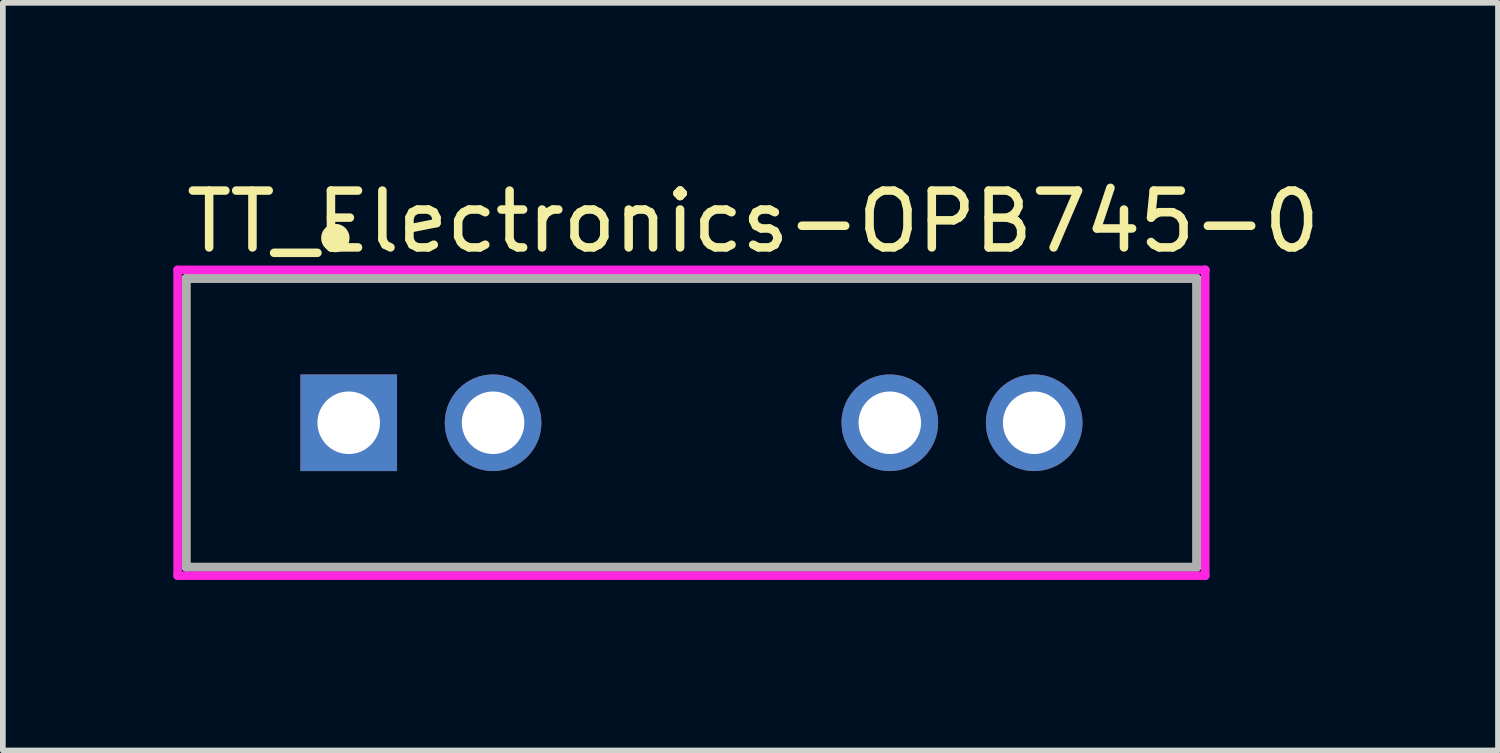
<source format=kicad_pcb>
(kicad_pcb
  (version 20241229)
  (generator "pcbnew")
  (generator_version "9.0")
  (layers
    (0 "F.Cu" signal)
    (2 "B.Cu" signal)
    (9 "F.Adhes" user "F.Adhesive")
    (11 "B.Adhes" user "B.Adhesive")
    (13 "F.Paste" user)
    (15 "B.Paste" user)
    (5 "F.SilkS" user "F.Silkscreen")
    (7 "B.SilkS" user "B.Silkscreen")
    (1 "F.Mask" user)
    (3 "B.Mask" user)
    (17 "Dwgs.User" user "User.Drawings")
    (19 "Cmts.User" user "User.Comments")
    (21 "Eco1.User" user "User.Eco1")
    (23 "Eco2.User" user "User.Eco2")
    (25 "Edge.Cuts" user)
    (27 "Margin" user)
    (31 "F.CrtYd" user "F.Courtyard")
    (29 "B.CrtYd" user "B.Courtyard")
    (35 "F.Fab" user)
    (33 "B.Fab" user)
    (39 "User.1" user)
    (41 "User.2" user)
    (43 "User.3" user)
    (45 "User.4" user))
  (footprint "TT_Electronics-OPB745-0"
    (layer "F.Cu")
    (at 9.115 4.388)
    (property "Reference" "TT_Electronics-OPB745-0" (at -8.965 -3.54 0) (layer "F.SilkS") (effects (font (size 1 1) (thickness 0.15)) (justify left)))
    (attr through_hole)
    (fp_line (start -8.89 -2.54) (end 8.89 -2.54) (stroke (width 0.15) (type solid)) (layer "F.SilkS"))
    (fp_line (start -8.89 2.54) (end -8.89 -2.54) (stroke (width 0.15) (type solid)) (layer "F.SilkS"))
    (fp_line (start 8.89 -2.54) (end 8.89 2.54) (stroke (width 0.15) (type solid)) (layer "F.SilkS"))
    (fp_line (start 8.89 2.54) (end -8.89 2.54) (stroke (width 0.15) (type solid)) (layer "F.SilkS"))
    (fp_circle (center -6.265 -3.25) (end -6.14 -3.25) (stroke (width 0.25) (type solid)) (fill no) (layer "F.SilkS"))
    (fp_line (start -9.04 -2.69) (end -9.04 2.69) (stroke (width 0.15) (type solid)) (layer "F.CrtYd"))
    (fp_line (start -9.04 2.69) (end 9.04 2.69) (stroke (width 0.15) (type solid)) (layer "F.CrtYd"))
    (fp_line (start 9.04 -2.69) (end -9.04 -2.69) (stroke (width 0.15) (type solid)) (layer "F.CrtYd"))
    (fp_line (start 9.04 -2.69) (end 9.04 -2.69) (stroke (width 0.15) (type solid)) (layer "F.CrtYd"))
    (fp_line (start 9.04 2.69) (end 9.04 -2.69) (stroke (width 0.15) (type solid)) (layer "F.CrtYd"))
    (fp_line (start -8.89 -2.54) (end 8.89 -2.54) (stroke (width 0.15) (type solid)) (layer "F.Fab"))
    (fp_line (start -8.89 2.54) (end -8.89 -2.54) (stroke (width 0.15) (type solid)) (layer "F.Fab"))
    (fp_line (start 8.89 -2.54) (end 8.89 2.54) (stroke (width 0.15) (type solid)) (layer "F.Fab"))
    (fp_line (start 8.89 2.54) (end -8.89 2.54) (stroke (width 0.15) (type solid)) (layer "F.Fab"))
    (pad "1" thru_hole rect (at -6.03 0) (size 1.7 1.7) (drill 1.1) (layers "*.Cu"))
    (pad "2" thru_hole circle (at -3.49 0) (size 1.7 1.7) (drill 1.1) (layers "*.Cu"))
    (pad "3" thru_hole circle (at 3.49 0) (size 1.7 1.7) (drill 1.1) (layers "*.Cu"))
    (pad "4" thru_hole circle (at 6.03 0) (size 1.7 1.7) (drill 1.1) (layers "*.Cu")))
  (gr_rect
    (start -3 -3)
    (end 23.305 10.153)
    (stroke (width 0.1) (type default))
    (fill no)
    (layer "Edge.Cuts")))
</source>
